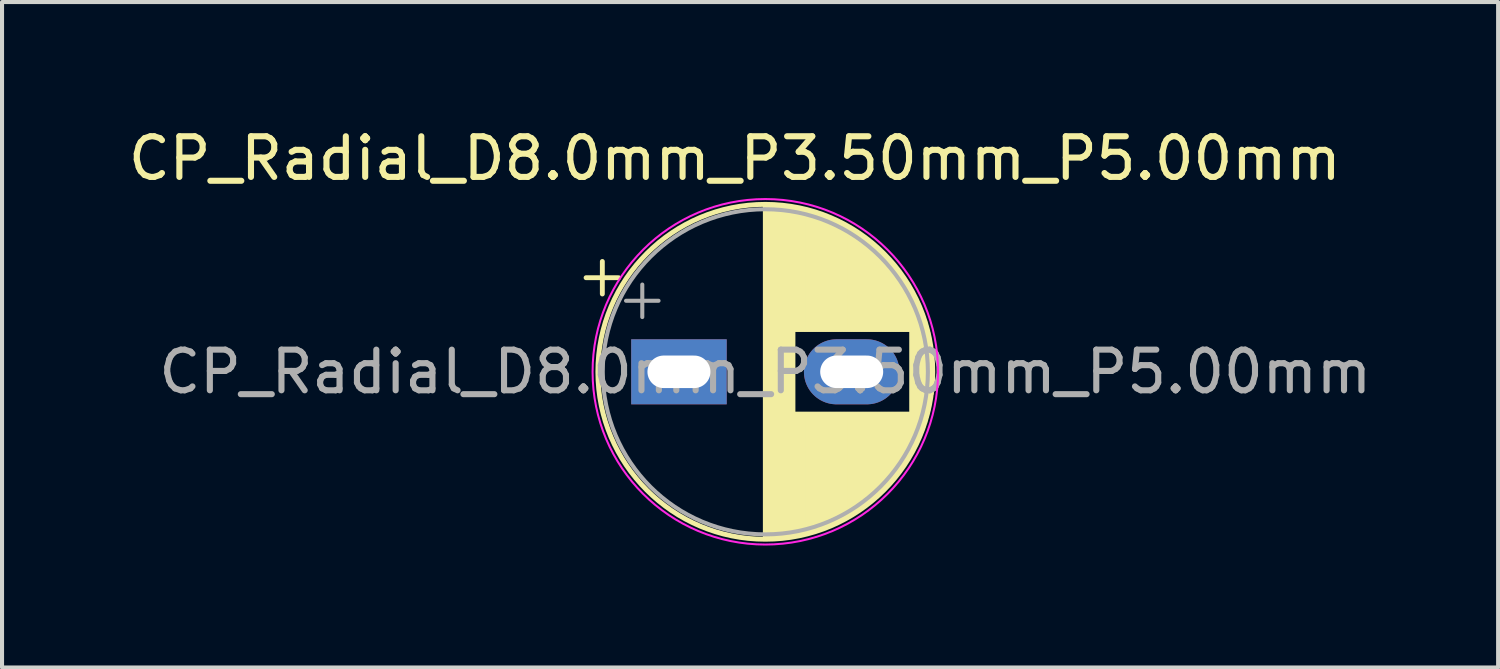
<source format=kicad_pcb>
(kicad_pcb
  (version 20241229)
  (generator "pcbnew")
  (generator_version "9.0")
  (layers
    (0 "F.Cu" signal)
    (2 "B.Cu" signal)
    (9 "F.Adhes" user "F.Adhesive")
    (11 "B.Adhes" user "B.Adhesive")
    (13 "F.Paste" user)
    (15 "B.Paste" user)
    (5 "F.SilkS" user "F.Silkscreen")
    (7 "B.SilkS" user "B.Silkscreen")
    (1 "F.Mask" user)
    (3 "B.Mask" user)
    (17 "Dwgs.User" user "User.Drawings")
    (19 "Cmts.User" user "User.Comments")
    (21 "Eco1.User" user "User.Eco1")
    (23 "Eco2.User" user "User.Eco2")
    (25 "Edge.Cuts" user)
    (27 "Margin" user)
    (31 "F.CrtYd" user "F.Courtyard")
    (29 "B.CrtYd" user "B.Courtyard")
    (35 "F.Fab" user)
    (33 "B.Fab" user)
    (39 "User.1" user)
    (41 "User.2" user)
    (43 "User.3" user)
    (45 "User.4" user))
  (footprint "CP_Radial_D8.0mm_P3.50mm_P5.00mm"
    (layer "F.Cu")
    (at 13.28 6.098)
    (property "Reference" "CP_Radial_D8.0mm_P3.50mm_P5.00mm" (at 1.75 -5.25 0) (layer "F.SilkS") (effects (font (size 1 1) (thickness 0.15))))
    (attr through_hole)
    (fp_line (start 0.75 0) (end 0 0) (stroke (width 0.01) (type default)) (layer "F.Cu"))
    (fp_line (start 5 0) (end 4.25 0) (stroke (width 0.01) (type default)) (layer "F.Cu"))
    (fp_line (start -1.91 -2.315) (end -1.11 -2.315) (stroke (width 0.12) (type solid)) (layer "F.SilkS"))
    (fp_line (start -1.51 -2.715) (end -1.51 -1.915) (stroke (width 0.12) (type solid)) (layer "F.SilkS"))
    (fp_line (start 2.5 -4.08) (end 2.5 4.08) (stroke (width 0.12) (type solid)) (layer "F.SilkS"))
    (fp_line (start 2.54 -4.08) (end 2.54 4.08) (stroke (width 0.12) (type solid)) (layer "F.SilkS"))
    (fp_line (start 2.58 -4.08) (end 2.58 4.08) (stroke (width 0.12) (type solid)) (layer "F.SilkS"))
    (fp_line (start 2.62 -4.079) (end 2.62 4.079) (stroke (width 0.12) (type solid)) (layer "F.SilkS"))
    (fp_line (start 2.66 -4.077) (end 2.66 4.077) (stroke (width 0.12) (type solid)) (layer "F.SilkS"))
    (fp_line (start 2.7 -4.076) (end 2.7 4.076) (stroke (width 0.12) (type solid)) (layer "F.SilkS"))
    (fp_line (start 2.74 -4.074) (end 2.74 4.074) (stroke (width 0.12) (type solid)) (layer "F.SilkS"))
    (fp_line (start 2.78 -4.071) (end 2.78 4.071) (stroke (width 0.12) (type solid)) (layer "F.SilkS"))
    (fp_line (start 2.82 -4.068) (end 2.82 4.068) (stroke (width 0.12) (type solid)) (layer "F.SilkS"))
    (fp_line (start 2.86 -4.065) (end 2.86 4.065) (stroke (width 0.12) (type solid)) (layer "F.SilkS"))
    (fp_line (start 2.9 -4.061) (end 2.9 4.061) (stroke (width 0.12) (type solid)) (layer "F.SilkS"))
    (fp_line (start 2.94 -4.057) (end 2.94 4.057) (stroke (width 0.12) (type solid)) (layer "F.SilkS"))
    (fp_line (start 2.98 -4.052) (end 2.98 4.052) (stroke (width 0.12) (type solid)) (layer "F.SilkS"))
    (fp_line (start 3.02 -4.048) (end 3.02 4.048) (stroke (width 0.12) (type solid)) (layer "F.SilkS"))
    (fp_line (start 3.06 -4.042) (end 3.06 4.042) (stroke (width 0.12) (type solid)) (layer "F.SilkS"))
    (fp_line (start 3.1 -4.037) (end 3.1 4.037) (stroke (width 0.12) (type solid)) (layer "F.SilkS"))
    (fp_line (start 3.14 -4.03) (end 3.14 4.03) (stroke (width 0.12) (type solid)) (layer "F.SilkS"))
    (fp_line (start 3.18 -4.024) (end 3.18 4.024) (stroke (width 0.12) (type solid)) (layer "F.SilkS"))
    (fp_line (start 3.221 -4.017) (end 3.221 -1.04) (stroke (width 0.12) (type solid)) (layer "F.SilkS"))
    (fp_line (start 3.221 1.04) (end 3.221 4.017) (stroke (width 0.12) (type solid)) (layer "F.SilkS"))
    (fp_line (start 3.261 -4.01) (end 3.261 -1.04) (stroke (width 0.12) (type solid)) (layer "F.SilkS"))
    (fp_line (start 3.261 1.04) (end 3.261 4.01) (stroke (width 0.12) (type solid)) (layer "F.SilkS"))
    (fp_line (start 3.301 -4.002) (end 3.301 -1.04) (stroke (width 0.12) (type solid)) (layer "F.SilkS"))
    (fp_line (start 3.301 1.04) (end 3.301 4.002) (stroke (width 0.12) (type solid)) (layer "F.SilkS"))
    (fp_line (start 3.341 -3.994) (end 3.341 -1.04) (stroke (width 0.12) (type solid)) (layer "F.SilkS"))
    (fp_line (start 3.341 1.04) (end 3.341 3.994) (stroke (width 0.12) (type solid)) (layer "F.SilkS"))
    (fp_line (start 3.381 -3.985) (end 3.381 -1.04) (stroke (width 0.12) (type solid)) (layer "F.SilkS"))
    (fp_line (start 3.381 1.04) (end 3.381 3.985) (stroke (width 0.12) (type solid)) (layer "F.SilkS"))
    (fp_line (start 3.421 -3.976) (end 3.421 -1.04) (stroke (width 0.12) (type solid)) (layer "F.SilkS"))
    (fp_line (start 3.421 1.04) (end 3.421 3.976) (stroke (width 0.12) (type solid)) (layer "F.SilkS"))
    (fp_line (start 3.461 -3.967) (end 3.461 -1.04) (stroke (width 0.12) (type solid)) (layer "F.SilkS"))
    (fp_line (start 3.461 1.04) (end 3.461 3.967) (stroke (width 0.12) (type solid)) (layer "F.SilkS"))
    (fp_line (start 3.501 -3.957) (end 3.501 -1.04) (stroke (width 0.12) (type solid)) (layer "F.SilkS"))
    (fp_line (start 3.501 1.04) (end 3.501 3.957) (stroke (width 0.12) (type solid)) (layer "F.SilkS"))
    (fp_line (start 3.541 -3.947) (end 3.541 -1.04) (stroke (width 0.12) (type solid)) (layer "F.SilkS"))
    (fp_line (start 3.541 1.04) (end 3.541 3.947) (stroke (width 0.12) (type solid)) (layer "F.SilkS"))
    (fp_line (start 3.581 -3.936) (end 3.581 -1.04) (stroke (width 0.12) (type solid)) (layer "F.SilkS"))
    (fp_line (start 3.581 1.04) (end 3.581 3.936) (stroke (width 0.12) (type solid)) (layer "F.SilkS"))
    (fp_line (start 3.621 -3.925) (end 3.621 -1.04) (stroke (width 0.12) (type solid)) (layer "F.SilkS"))
    (fp_line (start 3.621 1.04) (end 3.621 3.925) (stroke (width 0.12) (type solid)) (layer "F.SilkS"))
    (fp_line (start 3.661 -3.914) (end 3.661 -1.04) (stroke (width 0.12) (type solid)) (layer "F.SilkS"))
    (fp_line (start 3.661 1.04) (end 3.661 3.914) (stroke (width 0.12) (type solid)) (layer "F.SilkS"))
    (fp_line (start 3.701 -3.902) (end 3.701 -1.04) (stroke (width 0.12) (type solid)) (layer "F.SilkS"))
    (fp_line (start 3.701 1.04) (end 3.701 3.902) (stroke (width 0.12) (type solid)) (layer "F.SilkS"))
    (fp_line (start 3.741 -3.889) (end 3.741 -1.04) (stroke (width 0.12) (type solid)) (layer "F.SilkS"))
    (fp_line (start 3.741 1.04) (end 3.741 3.889) (stroke (width 0.12) (type solid)) (layer "F.SilkS"))
    (fp_line (start 3.781 -3.877) (end 3.781 -1.04) (stroke (width 0.12) (type solid)) (layer "F.SilkS"))
    (fp_line (start 3.781 1.04) (end 3.781 3.877) (stroke (width 0.12) (type solid)) (layer "F.SilkS"))
    (fp_line (start 3.821 -3.863) (end 3.821 -1.04) (stroke (width 0.12) (type solid)) (layer "F.SilkS"))
    (fp_line (start 3.821 1.04) (end 3.821 3.863) (stroke (width 0.12) (type solid)) (layer "F.SilkS"))
    (fp_line (start 3.861 -3.85) (end 3.861 -1.04) (stroke (width 0.12) (type solid)) (layer "F.SilkS"))
    (fp_line (start 3.861 1.04) (end 3.861 3.85) (stroke (width 0.12) (type solid)) (layer "F.SilkS"))
    (fp_line (start 3.901 -3.835) (end 3.901 -1.04) (stroke (width 0.12) (type solid)) (layer "F.SilkS"))
    (fp_line (start 3.901 1.04) (end 3.901 3.835) (stroke (width 0.12) (type solid)) (layer "F.SilkS"))
    (fp_line (start 3.941 -3.821) (end 3.941 -1.04) (stroke (width 0.12) (type solid)) (layer "F.SilkS"))
    (fp_line (start 3.941 1.04) (end 3.941 3.821) (stroke (width 0.12) (type solid)) (layer "F.SilkS"))
    (fp_line (start 3.981 -3.805) (end 3.981 -1.04) (stroke (width 0.12) (type solid)) (layer "F.SilkS"))
    (fp_line (start 3.981 1.04) (end 3.981 3.805) (stroke (width 0.12) (type solid)) (layer "F.SilkS"))
    (fp_line (start 4.021 -3.79) (end 4.021 -1.04) (stroke (width 0.12) (type solid)) (layer "F.SilkS"))
    (fp_line (start 4.021 1.04) (end 4.021 3.79) (stroke (width 0.12) (type solid)) (layer "F.SilkS"))
    (fp_line (start 4.061 -3.774) (end 4.061 -1.04) (stroke (width 0.12) (type solid)) (layer "F.SilkS"))
    (fp_line (start 4.061 1.04) (end 4.061 3.774) (stroke (width 0.12) (type solid)) (layer "F.SilkS"))
    (fp_line (start 4.101 -3.757) (end 4.101 -1.04) (stroke (width 0.12) (type solid)) (layer "F.SilkS"))
    (fp_line (start 4.101 1.04) (end 4.101 3.757) (stroke (width 0.12) (type solid)) (layer "F.SilkS"))
    (fp_line (start 4.141 -3.74) (end 4.141 -1.04) (stroke (width 0.12) (type solid)) (layer "F.SilkS"))
    (fp_line (start 4.141 1.04) (end 4.141 3.74) (stroke (width 0.12) (type solid)) (layer "F.SilkS"))
    (fp_line (start 4.181 -3.722) (end 4.181 -1.04) (stroke (width 0.12) (type solid)) (layer "F.SilkS"))
    (fp_line (start 4.181 1.04) (end 4.181 3.722) (stroke (width 0.12) (type solid)) (layer "F.SilkS"))
    (fp_line (start 4.221 -3.704) (end 4.221 -1.04) (stroke (width 0.12) (type solid)) (layer "F.SilkS"))
    (fp_line (start 4.221 1.04) (end 4.221 3.704) (stroke (width 0.12) (type solid)) (layer "F.SilkS"))
    (fp_line (start 4.261 -3.686) (end 4.261 -1.04) (stroke (width 0.12) (type solid)) (layer "F.SilkS"))
    (fp_line (start 4.261 1.04) (end 4.261 3.686) (stroke (width 0.12) (type solid)) (layer "F.SilkS"))
    (fp_line (start 4.301 -3.666) (end 4.301 -1.04) (stroke (width 0.12) (type solid)) (layer "F.SilkS"))
    (fp_line (start 4.301 1.04) (end 4.301 3.666) (stroke (width 0.12) (type solid)) (layer "F.SilkS"))
    (fp_line (start 4.341 -3.647) (end 4.341 -1.04) (stroke (width 0.12) (type solid)) (layer "F.SilkS"))
    (fp_line (start 4.341 1.04) (end 4.341 3.647) (stroke (width 0.12) (type solid)) (layer "F.SilkS"))
    (fp_line (start 4.381 -3.627) (end 4.381 -1.04) (stroke (width 0.12) (type solid)) (layer "F.SilkS"))
    (fp_line (start 4.381 1.04) (end 4.381 3.627) (stroke (width 0.12) (type solid)) (layer "F.SilkS"))
    (fp_line (start 4.421 -3.606) (end 4.421 -1.04) (stroke (width 0.12) (type solid)) (layer "F.SilkS"))
    (fp_line (start 4.421 1.04) (end 4.421 3.606) (stroke (width 0.12) (type solid)) (layer "F.SilkS"))
    (fp_line (start 4.461 -3.584) (end 4.461 -1.04) (stroke (width 0.12) (type solid)) (layer "F.SilkS"))
    (fp_line (start 4.461 1.04) (end 4.461 3.584) (stroke (width 0.12) (type solid)) (layer "F.SilkS"))
    (fp_line (start 4.501 -3.562) (end 4.501 -1.04) (stroke (width 0.12) (type solid)) (layer "F.SilkS"))
    (fp_line (start 4.501 1.04) (end 4.501 3.562) (stroke (width 0.12) (type solid)) (layer "F.SilkS"))
    (fp_line (start 4.541 -3.54) (end 4.541 -1.04) (stroke (width 0.12) (type solid)) (layer "F.SilkS"))
    (fp_line (start 4.541 1.04) (end 4.541 3.54) (stroke (width 0.12) (type solid)) (layer "F.SilkS"))
    (fp_line (start 4.581 -3.517) (end 4.581 -1.04) (stroke (width 0.12) (type solid)) (layer "F.SilkS"))
    (fp_line (start 4.581 1.04) (end 4.581 3.517) (stroke (width 0.12) (type solid)) (layer "F.SilkS"))
    (fp_line (start 4.621 -3.493) (end 4.621 -1.04) (stroke (width 0.12) (type solid)) (layer "F.SilkS"))
    (fp_line (start 4.621 1.04) (end 4.621 3.493) (stroke (width 0.12) (type solid)) (layer "F.SilkS"))
    (fp_line (start 4.661 -3.469) (end 4.661 -1.04) (stroke (width 0.12) (type solid)) (layer "F.SilkS"))
    (fp_line (start 4.661 1.04) (end 4.661 3.469) (stroke (width 0.12) (type solid)) (layer "F.SilkS"))
    (fp_line (start 4.701 -3.444) (end 4.701 -1.04) (stroke (width 0.12) (type solid)) (layer "F.SilkS"))
    (fp_line (start 4.701 1.04) (end 4.701 3.444) (stroke (width 0.12) (type solid)) (layer "F.SilkS"))
    (fp_line (start 4.741 -3.418) (end 4.741 -1.04) (stroke (width 0.12) (type solid)) (layer "F.SilkS"))
    (fp_line (start 4.741 1.04) (end 4.741 3.418) (stroke (width 0.12) (type solid)) (layer "F.SilkS"))
    (fp_line (start 4.781 -3.392) (end 4.781 -1.04) (stroke (width 0.12) (type solid)) (layer "F.SilkS"))
    (fp_line (start 4.781 1.04) (end 4.781 3.392) (stroke (width 0.12) (type solid)) (layer "F.SilkS"))
    (fp_line (start 4.821 -3.365) (end 4.821 -1.04) (stroke (width 0.12) (type solid)) (layer "F.SilkS"))
    (fp_line (start 4.821 1.04) (end 4.821 3.365) (stroke (width 0.12) (type solid)) (layer "F.SilkS"))
    (fp_line (start 4.861 -3.338) (end 4.861 -1.04) (stroke (width 0.12) (type solid)) (layer "F.SilkS"))
    (fp_line (start 4.861 1.04) (end 4.861 3.338) (stroke (width 0.12) (type solid)) (layer "F.SilkS"))
    (fp_line (start 4.901 -3.309) (end 4.901 -1.04) (stroke (width 0.12) (type solid)) (layer "F.SilkS"))
    (fp_line (start 4.901 1.04) (end 4.901 3.309) (stroke (width 0.12) (type solid)) (layer "F.SilkS"))
    (fp_line (start 4.941 -3.28) (end 4.941 -1.04) (stroke (width 0.12) (type solid)) (layer "F.SilkS"))
    (fp_line (start 4.941 1.04) (end 4.941 3.28) (stroke (width 0.12) (type solid)) (layer "F.SilkS"))
    (fp_line (start 4.981 -3.25) (end 4.981 -1.04) (stroke (width 0.12) (type solid)) (layer "F.SilkS"))
    (fp_line (start 4.981 1.04) (end 4.981 3.25) (stroke (width 0.12) (type solid)) (layer "F.SilkS"))
    (fp_line (start 5.021 -3.22) (end 5.021 -1.04) (stroke (width 0.12) (type solid)) (layer "F.SilkS"))
    (fp_line (start 5.021 1.04) (end 5.021 3.22) (stroke (width 0.12) (type solid)) (layer "F.SilkS"))
    (fp_line (start 5.061 -3.189) (end 5.061 -1.04) (stroke (width 0.12) (type solid)) (layer "F.SilkS"))
    (fp_line (start 5.061 1.04) (end 5.061 3.189) (stroke (width 0.12) (type solid)) (layer "F.SilkS"))
    (fp_line (start 5.101 -3.156) (end 5.101 -1.04) (stroke (width 0.12) (type solid)) (layer "F.SilkS"))
    (fp_line (start 5.101 1.04) (end 5.101 3.156) (stroke (width 0.12) (type solid)) (layer "F.SilkS"))
    (fp_line (start 5.141 -3.124) (end 5.141 -1.04) (stroke (width 0.12) (type solid)) (layer "F.SilkS"))
    (fp_line (start 5.141 1.04) (end 5.141 3.124) (stroke (width 0.12) (type solid)) (layer "F.SilkS"))
    (fp_line (start 5.181 -3.09) (end 5.181 -1.04) (stroke (width 0.12) (type solid)) (layer "F.SilkS"))
    (fp_line (start 5.181 1.04) (end 5.181 3.09) (stroke (width 0.12) (type solid)) (layer "F.SilkS"))
    (fp_line (start 5.221 -3.055) (end 5.221 -1.04) (stroke (width 0.12) (type solid)) (layer "F.SilkS"))
    (fp_line (start 5.221 1.04) (end 5.221 3.055) (stroke (width 0.12) (type solid)) (layer "F.SilkS"))
    (fp_line (start 5.261 -3.019) (end 5.261 -1.04) (stroke (width 0.12) (type solid)) (layer "F.SilkS"))
    (fp_line (start 5.261 1.04) (end 5.261 3.019) (stroke (width 0.12) (type solid)) (layer "F.SilkS"))
    (fp_line (start 5.301 -2.983) (end 5.301 -1.04) (stroke (width 0.12) (type solid)) (layer "F.SilkS"))
    (fp_line (start 5.301 1.04) (end 5.301 2.983) (stroke (width 0.12) (type solid)) (layer "F.SilkS"))
    (fp_line (start 5.341 -2.945) (end 5.341 -1.04) (stroke (width 0.12) (type solid)) (layer "F.SilkS"))
    (fp_line (start 5.341 1.04) (end 5.341 2.945) (stroke (width 0.12) (type solid)) (layer "F.SilkS"))
    (fp_line (start 5.381 -2.907) (end 5.381 -1.04) (stroke (width 0.12) (type solid)) (layer "F.SilkS"))
    (fp_line (start 5.381 1.04) (end 5.381 2.907) (stroke (width 0.12) (type solid)) (layer "F.SilkS"))
    (fp_line (start 5.421 -2.867) (end 5.421 -1.04) (stroke (width 0.12) (type solid)) (layer "F.SilkS"))
    (fp_line (start 5.421 1.04) (end 5.421 2.867) (stroke (width 0.12) (type solid)) (layer "F.SilkS"))
    (fp_line (start 5.461 -2.826) (end 5.461 -1.04) (stroke (width 0.12) (type solid)) (layer "F.SilkS"))
    (fp_line (start 5.461 1.04) (end 5.461 2.826) (stroke (width 0.12) (type solid)) (layer "F.SilkS"))
    (fp_line (start 5.501 -2.784) (end 5.501 -1.04) (stroke (width 0.12) (type solid)) (layer "F.SilkS"))
    (fp_line (start 5.501 1.04) (end 5.501 2.784) (stroke (width 0.12) (type solid)) (layer "F.SilkS"))
    (fp_line (start 5.541 -2.741) (end 5.541 -1.04) (stroke (width 0.12) (type solid)) (layer "F.SilkS"))
    (fp_line (start 5.541 1.04) (end 5.541 2.741) (stroke (width 0.12) (type solid)) (layer "F.SilkS"))
    (fp_line (start 5.581 -2.697) (end 5.581 -1.04) (stroke (width 0.12) (type solid)) (layer "F.SilkS"))
    (fp_line (start 5.581 1.04) (end 5.581 2.697) (stroke (width 0.12) (type solid)) (layer "F.SilkS"))
    (fp_line (start 5.621 -2.651) (end 5.621 -1.04) (stroke (width 0.12) (type solid)) (layer "F.SilkS"))
    (fp_line (start 5.621 1.04) (end 5.621 2.651) (stroke (width 0.12) (type solid)) (layer "F.SilkS"))
    (fp_line (start 5.661 -2.604) (end 5.661 -1.04) (stroke (width 0.12) (type solid)) (layer "F.SilkS"))
    (fp_line (start 5.661 1.04) (end 5.661 2.604) (stroke (width 0.12) (type solid)) (layer "F.SilkS"))
    (fp_line (start 5.701 -2.556) (end 5.701 -1.04) (stroke (width 0.12) (type solid)) (layer "F.SilkS"))
    (fp_line (start 5.701 1.04) (end 5.701 2.556) (stroke (width 0.12) (type solid)) (layer "F.SilkS"))
    (fp_line (start 5.741 -2.505) (end 5.741 -1.04) (stroke (width 0.12) (type solid)) (layer "F.SilkS"))
    (fp_line (start 5.741 1.04) (end 5.741 2.505) (stroke (width 0.12) (type solid)) (layer "F.SilkS"))
    (fp_line (start 5.781 -2.454) (end 5.781 -1.04) (stroke (width 0.12) (type solid)) (layer "F.SilkS"))
    (fp_line (start 5.781 1.04) (end 5.781 2.454) (stroke (width 0.12) (type solid)) (layer "F.SilkS"))
    (fp_line (start 5.821 -2.4) (end 5.821 -1.04) (stroke (width 0.12) (type solid)) (layer "F.SilkS"))
    (fp_line (start 5.821 1.04) (end 5.821 2.4) (stroke (width 0.12) (type solid)) (layer "F.SilkS"))
    (fp_line (start 5.861 -2.345) (end 5.861 -1.04) (stroke (width 0.12) (type solid)) (layer "F.SilkS"))
    (fp_line (start 5.861 1.04) (end 5.861 2.345) (stroke (width 0.12) (type solid)) (layer "F.SilkS"))
    (fp_line (start 5.901 -2.287) (end 5.901 -1.04) (stroke (width 0.12) (type solid)) (layer "F.SilkS"))
    (fp_line (start 5.901 1.04) (end 5.901 2.287) (stroke (width 0.12) (type solid)) (layer "F.SilkS"))
    (fp_line (start 5.941 -2.228) (end 5.941 -1.04) (stroke (width 0.12) (type solid)) (layer "F.SilkS"))
    (fp_line (start 5.941 1.04) (end 5.941 2.228) (stroke (width 0.12) (type solid)) (layer "F.SilkS"))
    (fp_line (start 5.981 -2.166) (end 5.981 -1.04) (stroke (width 0.12) (type solid)) (layer "F.SilkS"))
    (fp_line (start 5.981 1.04) (end 5.981 2.166) (stroke (width 0.12) (type solid)) (layer "F.SilkS"))
    (fp_line (start 6.021 -2.102) (end 6.021 -1.04) (stroke (width 0.12) (type solid)) (layer "F.SilkS"))
    (fp_line (start 6.021 1.04) (end 6.021 2.102) (stroke (width 0.12) (type solid)) (layer "F.SilkS"))
    (fp_line (start 6.061 -2.034) (end 6.061 -1.04) (stroke (width 0.12) (type solid)) (layer "F.SilkS"))
    (fp_line (start 6.061 1.04) (end 6.061 2.034) (stroke (width 0.12) (type solid)) (layer "F.SilkS"))
    (fp_line (start 6.101 -1.964) (end 6.101 1.964) (stroke (width 0.12) (type solid)) (layer "F.SilkS"))
    (fp_line (start 6.141 -1.89) (end 6.141 1.89) (stroke (width 0.12) (type solid)) (layer "F.SilkS"))
    (fp_line (start 6.181 -1.813) (end 6.181 1.813) (stroke (width 0.12) (type solid)) (layer "F.SilkS"))
    (fp_line (start 6.221 -1.731) (end 6.221 1.731) (stroke (width 0.12) (type solid)) (layer "F.SilkS"))
    (fp_line (start 6.261 -1.645) (end 6.261 1.645) (stroke (width 0.12) (type solid)) (layer "F.SilkS"))
    (fp_line (start 6.301 -1.552) (end 6.301 1.552) (stroke (width 0.12) (type solid)) (layer "F.SilkS"))
    (fp_line (start 6.341 -1.453) (end 6.341 1.453) (stroke (width 0.12) (type solid)) (layer "F.SilkS"))
    (fp_line (start 6.381 -1.346) (end 6.381 1.346) (stroke (width 0.12) (type solid)) (layer "F.SilkS"))
    (fp_line (start 6.421 -1.229) (end 6.421 1.229) (stroke (width 0.12) (type solid)) (layer "F.SilkS"))
    (fp_line (start 6.461 -1.098) (end 6.461 1.098) (stroke (width 0.12) (type solid)) (layer "F.SilkS"))
    (fp_line (start 6.501 -0.948) (end 6.501 0.948) (stroke (width 0.12) (type solid)) (layer "F.SilkS"))
    (fp_line (start 6.541 -0.768) (end 6.541 0.768) (stroke (width 0.12) (type solid)) (layer "F.SilkS"))
    (fp_line (start 6.581 -0.533) (end 6.581 0.533) (stroke (width 0.12) (type solid)) (layer "F.SilkS"))
    (fp_circle (center 2.5 0) (end 6.62 0) (stroke (width 0.12) (type solid)) (fill no) (layer "F.SilkS"))
    (fp_circle (center 2.5 0) (end 6.75 0) (stroke (width 0.05) (type solid)) (fill no) (layer "F.CrtYd"))
    (fp_line (start -0.927 -1.748) (end -0.127 -1.748) (stroke (width 0.1) (type solid)) (layer "F.Fab"))
    (fp_line (start -0.527 -2.147) (end -0.527 -1.347) (stroke (width 0.1) (type solid)) (layer "F.Fab"))
    (fp_circle (center 2.5 0) (end 6.5 0) (stroke (width 0.1) (type solid)) (fill no) (layer "F.Fab"))
    (fp_text user "${REFERENCE}" (at 2.5 0 0) (layer "F.Fab") (effects (font (size 1 1) (thickness 0.15))))
    (pad "1" thru_hole rect (at 0.375 0) (size 2.35 1.6) (drill oval 1.55 0.8) (layers "*.Cu" "*.Mask"))
    (pad "2" thru_hole oval (at 4.625 0) (size 2.35 1.6) (drill oval 1.55 0.8) (layers "*.Cu" "*.Mask")))
  (gr_rect
    (start -3 -3)
    (end 33.81 13.373)
    (stroke (width 0.1) (type default))
    (fill no)
    (layer "Edge.Cuts")))
</source>
